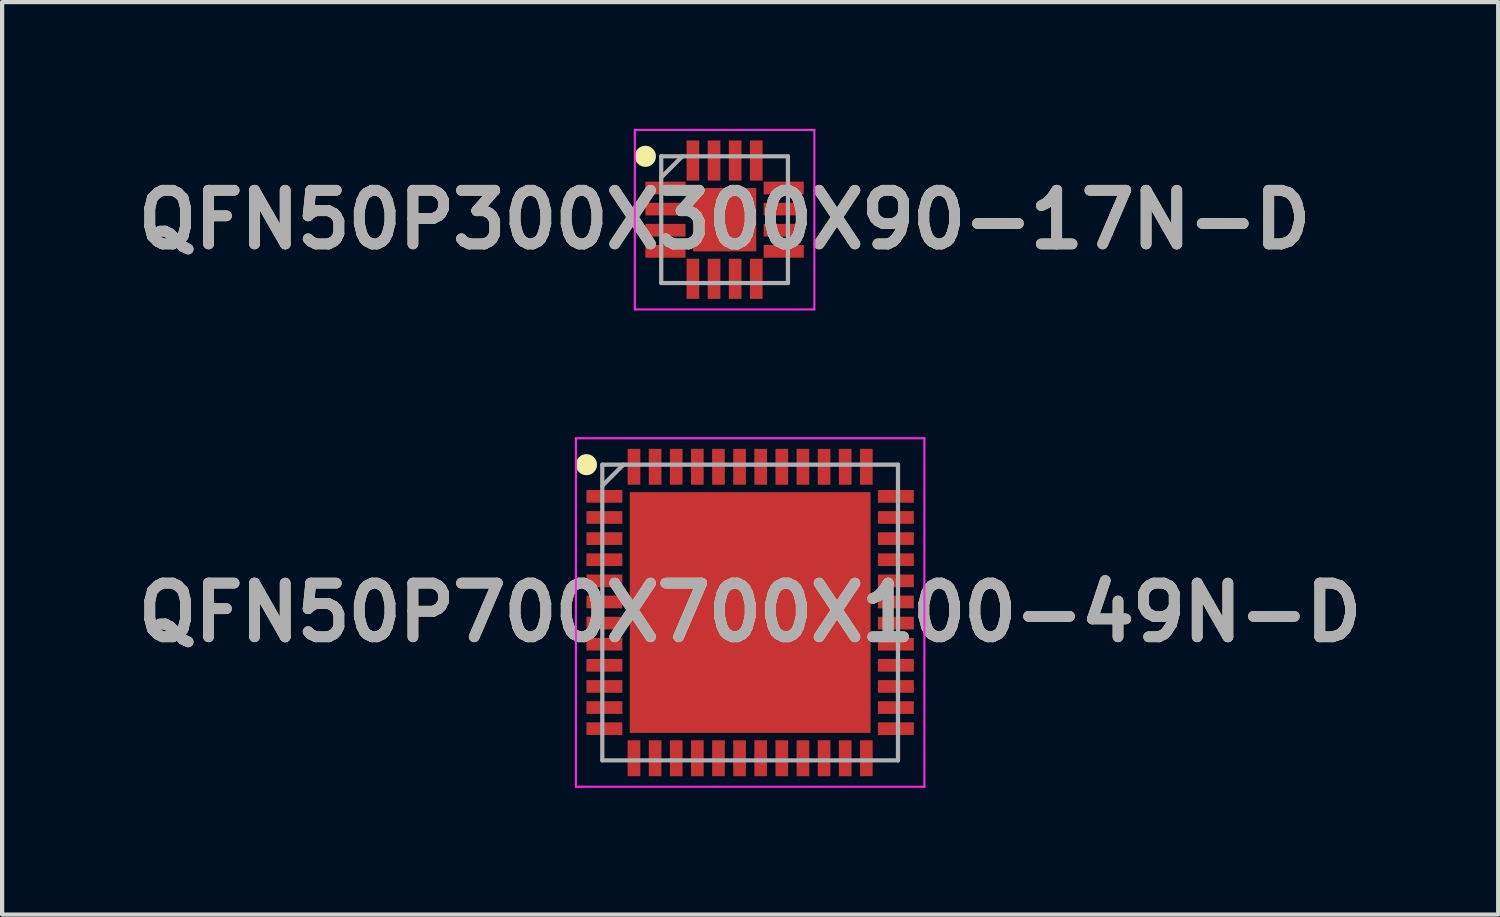
<source format=kicad_pcb>
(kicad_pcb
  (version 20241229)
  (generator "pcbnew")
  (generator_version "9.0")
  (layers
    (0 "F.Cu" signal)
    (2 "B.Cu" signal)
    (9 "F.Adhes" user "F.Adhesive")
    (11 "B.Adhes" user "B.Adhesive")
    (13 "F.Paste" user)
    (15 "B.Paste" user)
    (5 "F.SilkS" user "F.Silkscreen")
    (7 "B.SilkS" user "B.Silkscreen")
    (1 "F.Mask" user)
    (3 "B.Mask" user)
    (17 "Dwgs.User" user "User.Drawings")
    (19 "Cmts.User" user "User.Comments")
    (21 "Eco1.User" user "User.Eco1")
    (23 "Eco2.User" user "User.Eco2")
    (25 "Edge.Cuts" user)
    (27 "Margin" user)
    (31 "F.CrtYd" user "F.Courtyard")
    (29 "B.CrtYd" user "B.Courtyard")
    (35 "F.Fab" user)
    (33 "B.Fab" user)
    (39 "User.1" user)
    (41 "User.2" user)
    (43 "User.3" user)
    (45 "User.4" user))
  (footprint "QFN50P700X700X100-49N-D"
    (layer "F.Cu")
    (at 14.708 11.45)
    (property "Reference" "QFN50P700X700X100-49N-D" (at 0 0 0) (layer "F.SilkS") (effects (font (size 1.27 1.27) (thickness 0.254))))
    (attr smd)
    (fp_circle (center -3.875 -3.5) (end -3.875 -3.375) (stroke (width 0.25) (type solid)) (fill no) (layer "F.SilkS"))
    (fp_line (start -4.125 -4.125) (end 4.125 -4.125) (stroke (width 0.05) (type solid)) (layer "F.CrtYd"))
    (fp_line (start -4.125 4.125) (end -4.125 -4.125) (stroke (width 0.05) (type solid)) (layer "F.CrtYd"))
    (fp_line (start 4.125 -4.125) (end 4.125 4.125) (stroke (width 0.05) (type solid)) (layer "F.CrtYd"))
    (fp_line (start 4.125 4.125) (end -4.125 4.125) (stroke (width 0.05) (type solid)) (layer "F.CrtYd"))
    (fp_line (start -3.5 -3.5) (end 3.5 -3.5) (stroke (width 0.1) (type solid)) (layer "F.Fab"))
    (fp_line (start -3.5 -3) (end -3 -3.5) (stroke (width 0.1) (type solid)) (layer "F.Fab"))
    (fp_line (start -3.5 3.5) (end -3.5 -3.5) (stroke (width 0.1) (type solid)) (layer "F.Fab"))
    (fp_line (start 3.5 -3.5) (end 3.5 3.5) (stroke (width 0.1) (type solid)) (layer "F.Fab"))
    (fp_line (start 3.5 3.5) (end -3.5 3.5) (stroke (width 0.1) (type solid)) (layer "F.Fab"))
    (fp_text user "${REFERENCE}" (at 0 0 0) (layer "F.Fab") (effects (font (size 1.27 1.27) (thickness 0.254))))
    (pad "1" smd rect (at -3.45 -2.75 90) (size 0.3 0.85) (layers "F.Cu" "F.Mask" "F.Paste"))
    (pad "2" smd rect (at -3.45 -2.25 90) (size 0.3 0.85) (layers "F.Cu" "F.Mask" "F.Paste"))
    (pad "3" smd rect (at -3.45 -1.75 90) (size 0.3 0.85) (layers "F.Cu" "F.Mask" "F.Paste"))
    (pad "4" smd rect (at -3.45 -1.25 90) (size 0.3 0.85) (layers "F.Cu" "F.Mask" "F.Paste"))
    (pad "5" smd rect (at -3.45 -0.75 90) (size 0.3 0.85) (layers "F.Cu" "F.Mask" "F.Paste"))
    (pad "6" smd rect (at -3.45 -0.25 90) (size 0.3 0.85) (layers "F.Cu" "F.Mask" "F.Paste"))
    (pad "7" smd rect (at -3.45 0.25 90) (size 0.3 0.85) (layers "F.Cu" "F.Mask" "F.Paste"))
    (pad "8" smd rect (at -3.45 0.75 90) (size 0.3 0.85) (layers "F.Cu" "F.Mask" "F.Paste"))
    (pad "9" smd rect (at -3.45 1.25 90) (size 0.3 0.85) (layers "F.Cu" "F.Mask" "F.Paste"))
    (pad "10" smd rect (at -3.45 1.75 90) (size 0.3 0.85) (layers "F.Cu" "F.Mask" "F.Paste"))
    (pad "11" smd rect (at -3.45 2.25 90) (size 0.3 0.85) (layers "F.Cu" "F.Mask" "F.Paste"))
    (pad "12" smd rect (at -3.45 2.75 90) (size 0.3 0.85) (layers "F.Cu" "F.Mask" "F.Paste"))
    (pad "13" smd rect (at -2.75 3.45) (size 0.3 0.85) (layers "F.Cu" "F.Mask" "F.Paste"))
    (pad "14" smd rect (at -2.25 3.45) (size 0.3 0.85) (layers "F.Cu" "F.Mask" "F.Paste"))
    (pad "15" smd rect (at -1.75 3.45) (size 0.3 0.85) (layers "F.Cu" "F.Mask" "F.Paste"))
    (pad "16" smd rect (at -1.25 3.45) (size 0.3 0.85) (layers "F.Cu" "F.Mask" "F.Paste"))
    (pad "17" smd rect (at -0.75 3.45) (size 0.3 0.85) (layers "F.Cu" "F.Mask" "F.Paste"))
    (pad "18" smd rect (at -0.25 3.45) (size 0.3 0.85) (layers "F.Cu" "F.Mask" "F.Paste"))
    (pad "19" smd rect (at 0.25 3.45) (size 0.3 0.85) (layers "F.Cu" "F.Mask" "F.Paste"))
    (pad "20" smd rect (at 0.75 3.45) (size 0.3 0.85) (layers "F.Cu" "F.Mask" "F.Paste"))
    (pad "21" smd rect (at 1.25 3.45) (size 0.3 0.85) (layers "F.Cu" "F.Mask" "F.Paste"))
    (pad "22" smd rect (at 1.75 3.45) (size 0.3 0.85) (layers "F.Cu" "F.Mask" "F.Paste"))
    (pad "23" smd rect (at 2.25 3.45) (size 0.3 0.85) (layers "F.Cu" "F.Mask" "F.Paste"))
    (pad "24" smd rect (at 2.75 3.45) (size 0.3 0.85) (layers "F.Cu" "F.Mask" "F.Paste"))
    (pad "25" smd rect (at 3.45 2.75 90) (size 0.3 0.85) (layers "F.Cu" "F.Mask" "F.Paste"))
    (pad "26" smd rect (at 3.45 2.25 90) (size 0.3 0.85) (layers "F.Cu" "F.Mask" "F.Paste"))
    (pad "27" smd rect (at 3.45 1.75 90) (size 0.3 0.85) (layers "F.Cu" "F.Mask" "F.Paste"))
    (pad "28" smd rect (at 3.45 1.25 90) (size 0.3 0.85) (layers "F.Cu" "F.Mask" "F.Paste"))
    (pad "29" smd rect (at 3.45 0.75 90) (size 0.3 0.85) (layers "F.Cu" "F.Mask" "F.Paste"))
    (pad "30" smd rect (at 3.45 0.25 90) (size 0.3 0.85) (layers "F.Cu" "F.Mask" "F.Paste"))
    (pad "31" smd rect (at 3.45 -0.25 90) (size 0.3 0.85) (layers "F.Cu" "F.Mask" "F.Paste"))
    (pad "32" smd rect (at 3.45 -0.75 90) (size 0.3 0.85) (layers "F.Cu" "F.Mask" "F.Paste"))
    (pad "33" smd rect (at 3.45 -1.25 90) (size 0.3 0.85) (layers "F.Cu" "F.Mask" "F.Paste"))
    (pad "34" smd rect (at 3.45 -1.75 90) (size 0.3 0.85) (layers "F.Cu" "F.Mask" "F.Paste"))
    (pad "35" smd rect (at 3.45 -2.25 90) (size 0.3 0.85) (layers "F.Cu" "F.Mask" "F.Paste"))
    (pad "36" smd rect (at 3.45 -2.75 90) (size 0.3 0.85) (layers "F.Cu" "F.Mask" "F.Paste"))
    (pad "37" smd rect (at 2.75 -3.45) (size 0.3 0.85) (layers "F.Cu" "F.Mask" "F.Paste"))
    (pad "38" smd rect (at 2.25 -3.45) (size 0.3 0.85) (layers "F.Cu" "F.Mask" "F.Paste"))
    (pad "39" smd rect (at 1.75 -3.45) (size 0.3 0.85) (layers "F.Cu" "F.Mask" "F.Paste"))
    (pad "40" smd rect (at 1.25 -3.45) (size 0.3 0.85) (layers "F.Cu" "F.Mask" "F.Paste"))
    (pad "41" smd rect (at 0.75 -3.45) (size 0.3 0.85) (layers "F.Cu" "F.Mask" "F.Paste"))
    (pad "42" smd rect (at 0.25 -3.45) (size 0.3 0.85) (layers "F.Cu" "F.Mask" "F.Paste"))
    (pad "43" smd rect (at -0.25 -3.45) (size 0.3 0.85) (layers "F.Cu" "F.Mask" "F.Paste"))
    (pad "44" smd rect (at -0.75 -3.45) (size 0.3 0.85) (layers "F.Cu" "F.Mask" "F.Paste"))
    (pad "45" smd rect (at -1.25 -3.45) (size 0.3 0.85) (layers "F.Cu" "F.Mask" "F.Paste"))
    (pad "46" smd rect (at -1.75 -3.45) (size 0.3 0.85) (layers "F.Cu" "F.Mask" "F.Paste"))
    (pad "47" smd rect (at -2.25 -3.45) (size 0.3 0.85) (layers "F.Cu" "F.Mask" "F.Paste"))
    (pad "48" smd rect (at -2.75 -3.45) (size 0.3 0.85) (layers "F.Cu" "F.Mask" "F.Paste"))
    (pad "49" smd rect (at 0 0) (size 5.7 5.7) (layers "F.Cu" "F.Mask" "F.Paste")))
  (footprint "QFN50P300X300X90-17N-D"
    (layer "F.Cu")
    (at 14.103 2.15)
    (property "Reference" "QFN50P300X300X90-17N-D" (at 0 0 0) (layer "F.SilkS") (effects (font (size 1.27 1.27) (thickness 0.254))))
    (attr smd)
    (fp_circle (center -1.875 -1.5) (end -1.875 -1.375) (stroke (width 0.25) (type solid)) (fill no) (layer "F.SilkS"))
    (fp_line (start -2.125 -2.125) (end 2.125 -2.125) (stroke (width 0.05) (type solid)) (layer "F.CrtYd"))
    (fp_line (start -2.125 2.125) (end -2.125 -2.125) (stroke (width 0.05) (type solid)) (layer "F.CrtYd"))
    (fp_line (start 2.125 -2.125) (end 2.125 2.125) (stroke (width 0.05) (type solid)) (layer "F.CrtYd"))
    (fp_line (start 2.125 2.125) (end -2.125 2.125) (stroke (width 0.05) (type solid)) (layer "F.CrtYd"))
    (fp_line (start -1.5 -1.5) (end 1.5 -1.5) (stroke (width 0.1) (type solid)) (layer "F.Fab"))
    (fp_line (start -1.5 -1) (end -1 -1.5) (stroke (width 0.1) (type solid)) (layer "F.Fab"))
    (fp_line (start -1.5 1.5) (end -1.5 -1.5) (stroke (width 0.1) (type solid)) (layer "F.Fab"))
    (fp_line (start 1.5 -1.5) (end 1.5 1.5) (stroke (width 0.1) (type solid)) (layer "F.Fab"))
    (fp_line (start 1.5 1.5) (end -1.5 1.5) (stroke (width 0.1) (type solid)) (layer "F.Fab"))
    (fp_text user "${REFERENCE}" (at 0 0 0) (layer "F.Fab") (effects (font (size 1.27 1.27) (thickness 0.254))))
    (pad "1" smd rect (at -1.4 -0.75 90) (size 0.3 0.95) (layers "F.Cu" "F.Mask" "F.Paste"))
    (pad "2" smd rect (at -1.4 -0.25 90) (size 0.3 0.95) (layers "F.Cu" "F.Mask" "F.Paste"))
    (pad "3" smd rect (at -1.4 0.25 90) (size 0.3 0.95) (layers "F.Cu" "F.Mask" "F.Paste"))
    (pad "4" smd rect (at -1.4 0.75 90) (size 0.3 0.95) (layers "F.Cu" "F.Mask" "F.Paste"))
    (pad "5" smd rect (at -0.75 1.4) (size 0.3 0.95) (layers "F.Cu" "F.Mask" "F.Paste"))
    (pad "6" smd rect (at -0.25 1.4) (size 0.3 0.95) (layers "F.Cu" "F.Mask" "F.Paste"))
    (pad "7" smd rect (at 0.25 1.4) (size 0.3 0.95) (layers "F.Cu" "F.Mask" "F.Paste"))
    (pad "8" smd rect (at 0.75 1.4) (size 0.3 0.95) (layers "F.Cu" "F.Mask" "F.Paste"))
    (pad "9" smd rect (at 1.4 0.75 90) (size 0.3 0.95) (layers "F.Cu" "F.Mask" "F.Paste"))
    (pad "10" smd rect (at 1.4 0.25 90) (size 0.3 0.95) (layers "F.Cu" "F.Mask" "F.Paste"))
    (pad "11" smd rect (at 1.4 -0.25 90) (size 0.3 0.95) (layers "F.Cu" "F.Mask" "F.Paste"))
    (pad "12" smd rect (at 1.4 -0.75 90) (size 0.3 0.95) (layers "F.Cu" "F.Mask" "F.Paste"))
    (pad "13" smd rect (at 0.75 -1.4) (size 0.3 0.95) (layers "F.Cu" "F.Mask" "F.Paste"))
    (pad "14" smd rect (at 0.25 -1.4) (size 0.3 0.95) (layers "F.Cu" "F.Mask" "F.Paste"))
    (pad "15" smd rect (at -0.25 -1.4) (size 0.3 0.95) (layers "F.Cu" "F.Mask" "F.Paste"))
    (pad "16" smd rect (at -0.75 -1.4) (size 0.3 0.95) (layers "F.Cu" "F.Mask" "F.Paste"))
    (pad "17" smd rect (at 0 0) (size 1.5 1.5) (layers "F.Cu" "F.Mask" "F.Paste")))
  (gr_rect
    (start -3 -3)
    (end 32.416 18.6)
    (stroke (width 0.1) (type default))
    (fill no)
    (layer "Edge.Cuts")))
</source>
